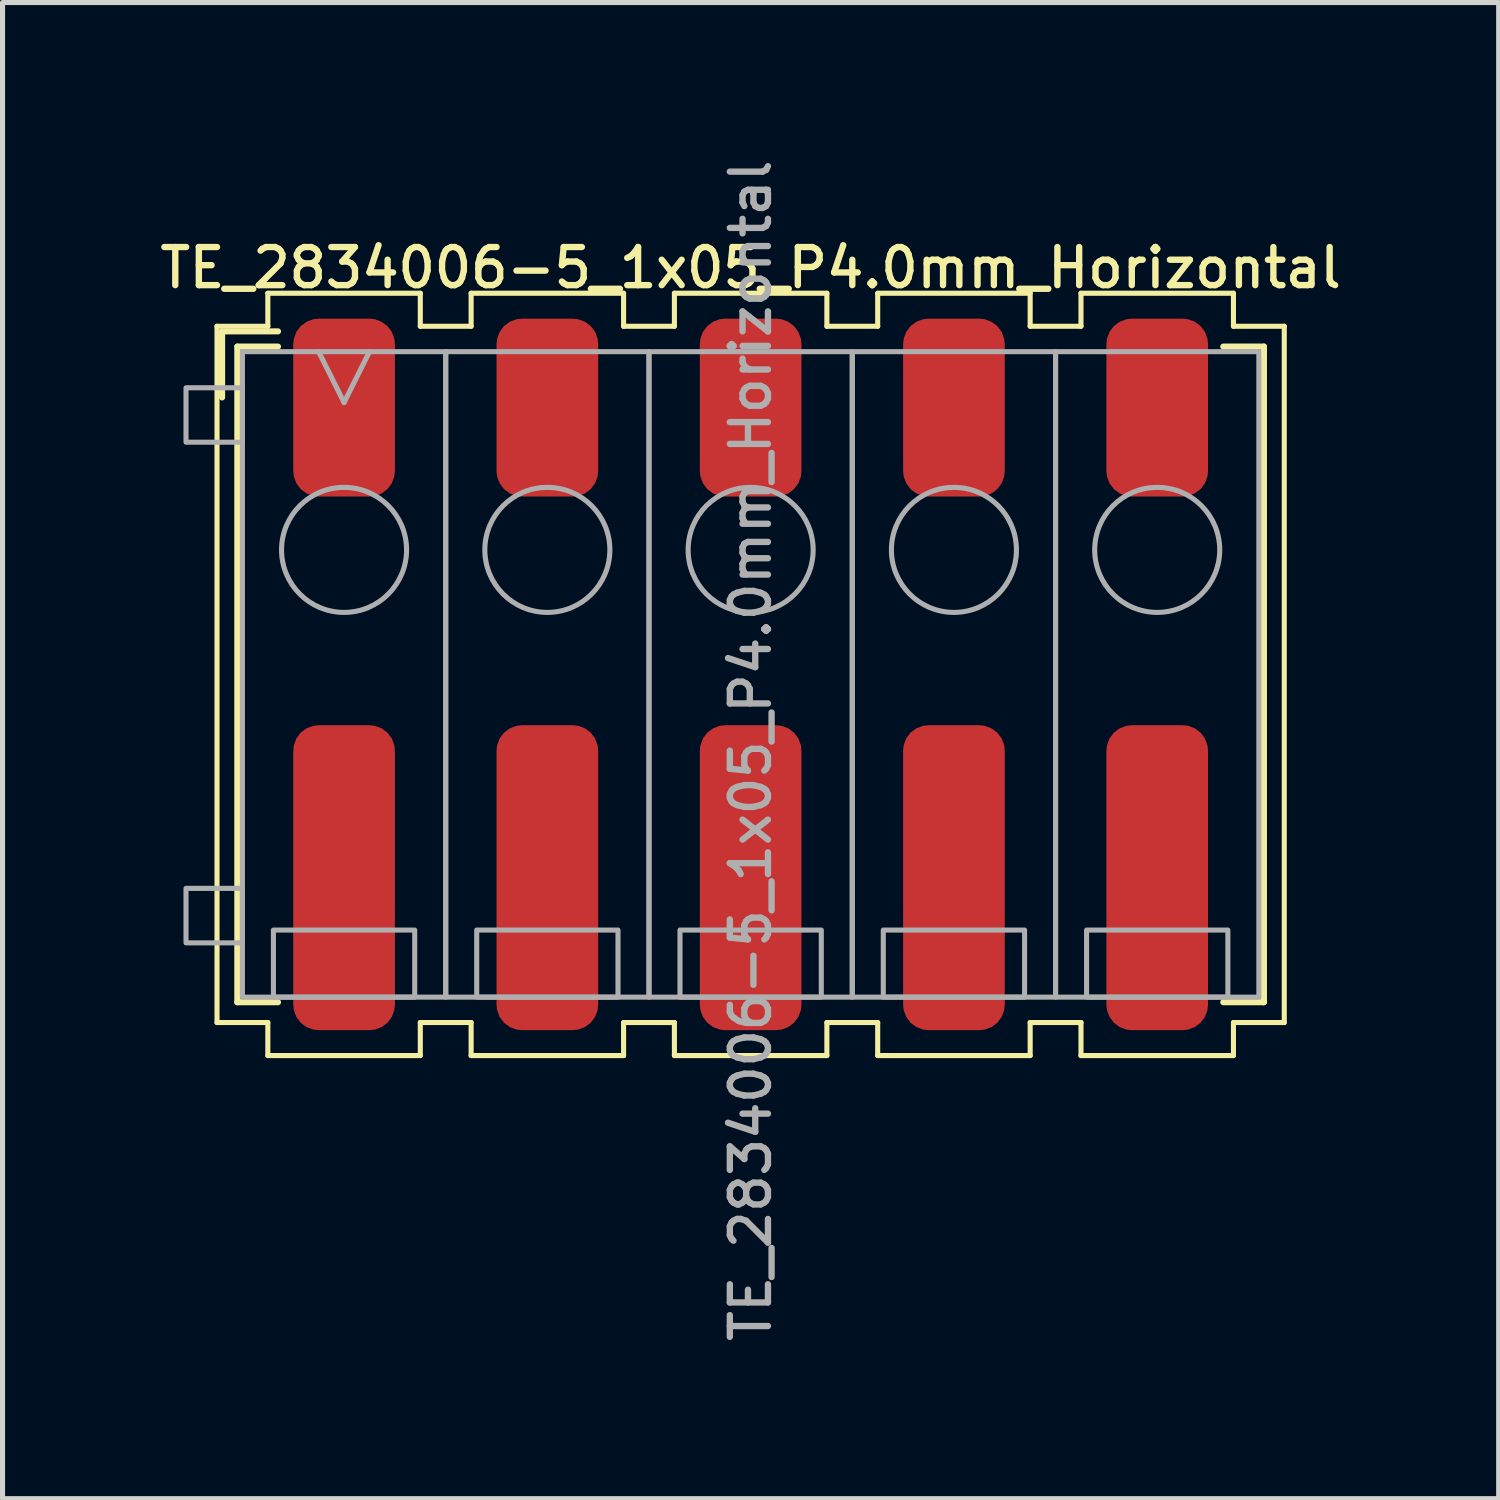
<source format=kicad_pcb>
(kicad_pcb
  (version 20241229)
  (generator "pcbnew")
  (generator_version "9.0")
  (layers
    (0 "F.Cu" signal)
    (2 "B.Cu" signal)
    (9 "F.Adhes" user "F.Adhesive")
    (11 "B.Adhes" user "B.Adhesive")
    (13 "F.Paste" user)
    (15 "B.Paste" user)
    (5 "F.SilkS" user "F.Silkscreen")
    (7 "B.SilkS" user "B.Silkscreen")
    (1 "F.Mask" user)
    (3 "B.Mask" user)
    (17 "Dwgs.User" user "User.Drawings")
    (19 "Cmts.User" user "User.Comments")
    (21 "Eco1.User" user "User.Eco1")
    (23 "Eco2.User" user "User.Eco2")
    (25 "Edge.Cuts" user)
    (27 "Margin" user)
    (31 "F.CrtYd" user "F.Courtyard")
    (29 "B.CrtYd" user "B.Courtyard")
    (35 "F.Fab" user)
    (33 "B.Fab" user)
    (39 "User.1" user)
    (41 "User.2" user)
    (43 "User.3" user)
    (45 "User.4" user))
  (footprint "TE_2834006-5_1x05_P4.0mm_Horizontal"
    (layer "F.Cu")
    (at 11.72 10.22)
    (property "Reference" "TE_2834006-5_1x05_P4.0mm_Horizontal" (at 0 -8 0) (unlocked yes) (layer "F.SilkS") (effects (font (size 0.75 0.75) (thickness 0.125))))
    (attr smd)
    (fp_line (start -10.5 -6.85) (end -10.5 6.85) (stroke (width 0.1) (type solid)) (layer "F.SilkS"))
    (fp_line (start -10.5 -6.85) (end -9.5 -6.85) (stroke (width 0.1) (type solid)) (layer "F.SilkS"))
    (fp_line (start -10.4 -6.75) (end -10.4 -5.45) (stroke (width 0.12) (type solid)) (layer "F.SilkS"))
    (fp_line (start -10.1 -6.45) (end -9.3 -6.45) (stroke (width 0.12) (type solid)) (layer "F.SilkS"))
    (fp_line (start -10.1 6.45) (end -10.1 -6.45) (stroke (width 0.12) (type solid)) (layer "F.SilkS"))
    (fp_line (start -10.1 6.45) (end -9.3 6.45) (stroke (width 0.12) (type solid)) (layer "F.SilkS"))
    (fp_line (start -9.5 -7.5) (end -6.5 -7.5) (stroke (width 0.1) (type solid)) (layer "F.SilkS"))
    (fp_line (start -9.5 -6.85) (end -9.5 -7.5) (stroke (width 0.1) (type solid)) (layer "F.SilkS"))
    (fp_line (start -9.5 6.85) (end -10.5 6.85) (stroke (width 0.1) (type solid)) (layer "F.SilkS"))
    (fp_line (start -9.5 7.5) (end -9.5 6.85) (stroke (width 0.1) (type solid)) (layer "F.SilkS"))
    (fp_line (start -9.3 -6.75) (end -10.4 -6.75) (stroke (width 0.12) (type solid)) (layer "F.SilkS"))
    (fp_line (start -6.5 -7.5) (end -6.5 -6.85) (stroke (width 0.1) (type solid)) (layer "F.SilkS"))
    (fp_line (start -6.5 -6.85) (end -5.5 -6.85) (stroke (width 0.1) (type solid)) (layer "F.SilkS"))
    (fp_line (start -6.5 6.85) (end -6.5 7.5) (stroke (width 0.1) (type solid)) (layer "F.SilkS"))
    (fp_line (start -6.5 7.5) (end -9.5 7.5) (stroke (width 0.1) (type solid)) (layer "F.SilkS"))
    (fp_line (start -5.5 -7.5) (end -2.5 -7.5) (stroke (width 0.1) (type solid)) (layer "F.SilkS"))
    (fp_line (start -5.5 -6.85) (end -5.5 -7.5) (stroke (width 0.1) (type solid)) (layer "F.SilkS"))
    (fp_line (start -5.5 6.85) (end -6.5 6.85) (stroke (width 0.1) (type solid)) (layer "F.SilkS"))
    (fp_line (start -5.5 7.5) (end -5.5 6.85) (stroke (width 0.1) (type solid)) (layer "F.SilkS"))
    (fp_line (start -2.5 -7.5) (end -2.5 -6.85) (stroke (width 0.1) (type solid)) (layer "F.SilkS"))
    (fp_line (start -2.5 -6.85) (end -1.5 -6.85) (stroke (width 0.1) (type solid)) (layer "F.SilkS"))
    (fp_line (start -2.5 6.85) (end -2.5 7.5) (stroke (width 0.1) (type solid)) (layer "F.SilkS"))
    (fp_line (start -2.5 7.5) (end -5.5 7.5) (stroke (width 0.1) (type solid)) (layer "F.SilkS"))
    (fp_line (start -1.5 -7.5) (end 1.5 -7.5) (stroke (width 0.1) (type solid)) (layer "F.SilkS"))
    (fp_line (start -1.5 -6.85) (end -1.5 -7.5) (stroke (width 0.1) (type solid)) (layer "F.SilkS"))
    (fp_line (start -1.5 6.85) (end -2.5 6.85) (stroke (width 0.1) (type solid)) (layer "F.SilkS"))
    (fp_line (start -1.5 7.5) (end -1.5 6.85) (stroke (width 0.1) (type solid)) (layer "F.SilkS"))
    (fp_line (start 1.5 -7.5) (end 1.5 -6.85) (stroke (width 0.1) (type solid)) (layer "F.SilkS"))
    (fp_line (start 1.5 -6.85) (end 2.5 -6.85) (stroke (width 0.1) (type solid)) (layer "F.SilkS"))
    (fp_line (start 1.5 6.85) (end 1.5 7.5) (stroke (width 0.1) (type solid)) (layer "F.SilkS"))
    (fp_line (start 1.5 7.5) (end -1.5 7.5) (stroke (width 0.1) (type solid)) (layer "F.SilkS"))
    (fp_line (start 2.5 -7.5) (end 5.5 -7.5) (stroke (width 0.1) (type solid)) (layer "F.SilkS"))
    (fp_line (start 2.5 -6.85) (end 2.5 -7.5) (stroke (width 0.1) (type solid)) (layer "F.SilkS"))
    (fp_line (start 2.5 6.85) (end 1.5 6.85) (stroke (width 0.1) (type solid)) (layer "F.SilkS"))
    (fp_line (start 2.5 7.5) (end 2.5 6.85) (stroke (width 0.1) (type solid)) (layer "F.SilkS"))
    (fp_line (start 5.5 -7.5) (end 5.5 -6.85) (stroke (width 0.1) (type solid)) (layer "F.SilkS"))
    (fp_line (start 5.5 -6.85) (end 6.5 -6.85) (stroke (width 0.1) (type solid)) (layer "F.SilkS"))
    (fp_line (start 5.5 6.85) (end 5.5 7.5) (stroke (width 0.1) (type solid)) (layer "F.SilkS"))
    (fp_line (start 5.5 7.5) (end 2.5 7.5) (stroke (width 0.1) (type solid)) (layer "F.SilkS"))
    (fp_line (start 6.5 -7.5) (end 9.5 -7.5) (stroke (width 0.1) (type solid)) (layer "F.SilkS"))
    (fp_line (start 6.5 -6.85) (end 6.5 -7.5) (stroke (width 0.1) (type solid)) (layer "F.SilkS"))
    (fp_line (start 6.5 6.85) (end 5.5 6.85) (stroke (width 0.1) (type solid)) (layer "F.SilkS"))
    (fp_line (start 6.5 7.5) (end 6.5 6.85) (stroke (width 0.1) (type solid)) (layer "F.SilkS"))
    (fp_line (start 9.5 -7.5) (end 9.5 -6.85) (stroke (width 0.1) (type solid)) (layer "F.SilkS"))
    (fp_line (start 9.5 -6.85) (end 10.5 -6.85) (stroke (width 0.1) (type solid)) (layer "F.SilkS"))
    (fp_line (start 9.5 6.85) (end 9.5 7.5) (stroke (width 0.1) (type solid)) (layer "F.SilkS"))
    (fp_line (start 9.5 7.5) (end 6.5 7.5) (stroke (width 0.1) (type solid)) (layer "F.SilkS"))
    (fp_line (start 10.1 -6.45) (end 9.3 -6.45) (stroke (width 0.12) (type solid)) (layer "F.SilkS"))
    (fp_line (start 10.1 -6.45) (end 10.1 6.45) (stroke (width 0.12) (type solid)) (layer "F.SilkS"))
    (fp_line (start 10.1 6.45) (end 9.3 6.45) (stroke (width 0.12) (type solid)) (layer "F.SilkS"))
    (fp_line (start 10.5 -6.85) (end 10.5 6.85) (stroke (width 0.1) (type solid)) (layer "F.SilkS"))
    (fp_line (start 10.5 6.85) (end 9.5 6.85) (stroke (width 0.1) (type solid)) (layer "F.SilkS"))
    (fp_line (start -8 -5.35) (end -8.5 -6.35) (stroke (width 0.1) (type solid)) (layer "F.Fab"))
    (fp_line (start -7.5 -6.35) (end -8 -5.35) (stroke (width 0.1) (type solid)) (layer "F.Fab"))
    (fp_rect (start -11.11 -5.64) (end -10 -4.569) (stroke (width 0.1) (type solid)) (fill no) (layer "F.Fab"))
    (fp_rect (start -11.11 4.21) (end -10 5.282) (stroke (width 0.1) (type solid)) (fill no) (layer "F.Fab"))
    (fp_rect (start -10 -6.35) (end -6 6.35) (stroke (width 0.1) (type solid)) (fill no) (layer "F.Fab"))
    (fp_rect (start -9.39 5.03) (end -6.61 6.35) (stroke (width 0.1) (type solid)) (fill no) (layer "F.Fab"))
    (fp_rect (start -6 -6.35) (end -2 6.35) (stroke (width 0.1) (type solid)) (fill no) (layer "F.Fab"))
    (fp_rect (start -5.39 5.03) (end -2.61 6.35) (stroke (width 0.1) (type solid)) (fill no) (layer "F.Fab"))
    (fp_rect (start -2 -6.35) (end 2 6.35) (stroke (width 0.1) (type solid)) (fill no) (layer "F.Fab"))
    (fp_rect (start -1.39 5.03) (end 1.39 6.35) (stroke (width 0.1) (type solid)) (fill no) (layer "F.Fab"))
    (fp_rect (start 2 -6.35) (end 6 6.35) (stroke (width 0.1) (type solid)) (fill no) (layer "F.Fab"))
    (fp_rect (start 2.61 5.03) (end 5.39 6.35) (stroke (width 0.1) (type solid)) (fill no) (layer "F.Fab"))
    (fp_rect (start 6 -6.35) (end 10 6.35) (stroke (width 0.1) (type solid)) (fill no) (layer "F.Fab"))
    (fp_rect (start 6.61 5.03) (end 9.39 6.35) (stroke (width 0.1) (type solid)) (fill no) (layer "F.Fab"))
    (fp_circle (center -8 -2.45) (end -6.77 -2.45) (stroke (width 0.1) (type solid)) (fill no) (layer "F.Fab"))
    (fp_circle (center -4 -2.45) (end -2.77 -2.45) (stroke (width 0.1) (type solid)) (fill no) (layer "F.Fab"))
    (fp_circle (center 0 -2.45) (end 1.23 -2.45) (stroke (width 0.1) (type solid)) (fill no) (layer "F.Fab"))
    (fp_circle (center 4 -2.45) (end 5.23 -2.45) (stroke (width 0.1) (type solid)) (fill no) (layer "F.Fab"))
    (fp_circle (center 8 -2.45) (end 9.23 -2.45) (stroke (width 0.1) (type solid)) (fill no) (layer "F.Fab"))
    (fp_text user "${REFERENCE}" (at 0 1.5 90) (unlocked yes) (layer "F.Fab") (effects (font (size 0.75 0.75) (thickness 0.125))))
    (pad "1" smd roundrect (at -8 -5.25) (size 2 3.5) (layers "F.Cu" "F.Mask" "F.Paste") (roundrect_rratio 0.25))
    (pad "1" smd roundrect (at -8 4) (size 2 6) (layers "F.Cu" "F.Mask" "F.Paste") (roundrect_rratio 0.25))
    (pad "2" smd roundrect (at -4 -5.25) (size 2 3.5) (layers "F.Cu" "F.Mask" "F.Paste") (roundrect_rratio 0.25))
    (pad "2" smd roundrect (at -4 4) (size 2 6) (layers "F.Cu" "F.Mask" "F.Paste") (roundrect_rratio 0.25))
    (pad "3" smd roundrect (at 0 -5.25) (size 2 3.5) (layers "F.Cu" "F.Mask" "F.Paste") (roundrect_rratio 0.25))
    (pad "3" smd roundrect (at 0 4) (size 2 6) (layers "F.Cu" "F.Mask" "F.Paste") (roundrect_rratio 0.25))
    (pad "4" smd roundrect (at 4 -5.25) (size 2 3.5) (layers "F.Cu" "F.Mask" "F.Paste") (roundrect_rratio 0.25))
    (pad "4" smd roundrect (at 4 4) (size 2 6) (layers "F.Cu" "F.Mask" "F.Paste") (roundrect_rratio 0.25))
    (pad "5" smd roundrect (at 8 -5.25) (size 2 3.5) (layers "F.Cu" "F.Mask" "F.Paste") (roundrect_rratio 0.25))
    (pad "5" smd roundrect (at 8 4) (size 2 6) (layers "F.Cu" "F.Mask" "F.Paste") (roundrect_rratio 0.25)))
  (gr_rect
    (start -3 -3)
    (end 26.439 26.439)
    (stroke (width 0.1) (type default))
    (fill no)
    (layer "Edge.Cuts")))
</source>
